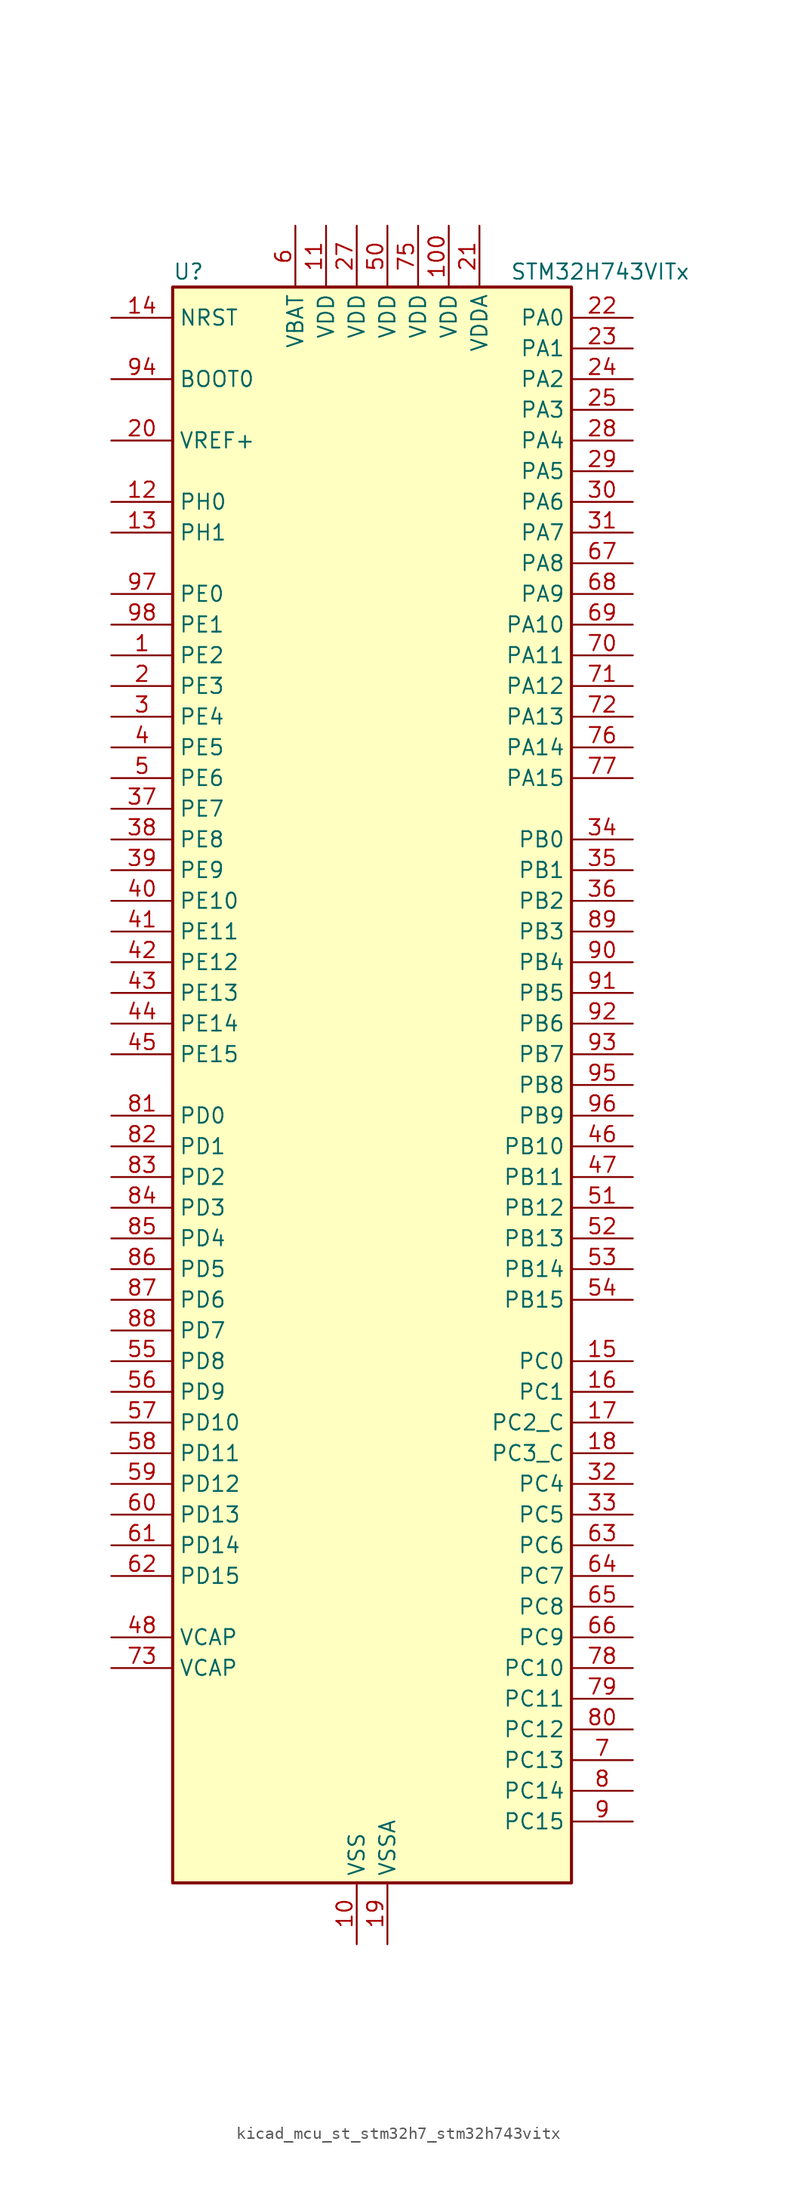
<source format=kicad_sym>
(kicad_symbol_lib
  (version 20220914)
  (generator kicad_symbol_editor)
  (symbol "kicad_mcu_st_stm32h7_stm32h743vitx"
    (property "Reference" "U"
      (at -15.24 67.31 0)
      (effects (font (size 1.27 1.27)) (justify left)))
    (property "Value" "STM32H743VITx"
      (at 12.7 67.31 0)
      (effects (font (size 1.27 1.27)) (justify left)))
    (property "ki_locked" ""
      (at 0 0 0)
      (effects (font (size 1.27 1.27))))
    (symbol "kicad_mcu_st_stm32h7_stm32h743vitx_0_1"
      (rectangle (start -15.24 -66.04) (end 17.78 66.04) (stroke (width 0.254) (type default)) (fill (type background))))
    (symbol "kicad_mcu_st_stm32h7_stm32h743vitx_1_1"
      (pin bidirectional line (at -20.32 35.56 0) (length 5.08) (name "PE2" (effects (font (size 1.27 1.27)))) (number "1" (effects (font (size 1.27 1.27)))) (alternate "DEBUG_TRACECLK" bidirectional line) (alternate "ETH_TXD3" bidirectional line) (alternate "FMC_A23" bidirectional line) (alternate "QUADSPI_BK1_IO2" bidirectional line) (alternate "SAI1_CK1" bidirectional line) (alternate "SAI1_MCLK_A" bidirectional line) (alternate "SAI4_CK1" bidirectional line) (alternate "SAI4_MCLK_A" bidirectional line) (alternate "SPI4_SCK" bidirectional line))
      (pin power_in line (at 0 -71.12 90) (length 5.08) (name "VSS" (effects (font (size 1.27 1.27)))) (number "10" (effects (font (size 1.27 1.27)))))
      (pin power_in line (at 7.62 71.12 270) (length 5.08) (name "VDD" (effects (font (size 1.27 1.27)))) (number "100" (effects (font (size 1.27 1.27)))))
      (pin power_in line (at -2.54 71.12 270) (length 5.08) (name "VDD" (effects (font (size 1.27 1.27)))) (number "11" (effects (font (size 1.27 1.27)))))
      (pin bidirectional line (at -20.32 48.26 0) (length 5.08) (name "PH0" (effects (font (size 1.27 1.27)))) (number "12" (effects (font (size 1.27 1.27)))) (alternate "RCC_OSC_IN" bidirectional line))
      (pin bidirectional line (at -20.32 45.72 0) (length 5.08) (name "PH1" (effects (font (size 1.27 1.27)))) (number "13" (effects (font (size 1.27 1.27)))) (alternate "RCC_OSC_OUT" bidirectional line))
      (pin input line (at -20.32 63.5 0) (length 5.08) (name "NRST" (effects (font (size 1.27 1.27)))) (number "14" (effects (font (size 1.27 1.27)))))
      (pin bidirectional line (at 22.86 -22.86 180) (length 5.08) (name "PC0" (effects (font (size 1.27 1.27)))) (number "15" (effects (font (size 1.27 1.27)))) (alternate "ADC1_INP10" bidirectional line) (alternate "ADC2_INP10" bidirectional line) (alternate "ADC3_INP10" bidirectional line) (alternate "DFSDM1_CKIN0" bidirectional line) (alternate "DFSDM1_DATIN4" bidirectional line) (alternate "FMC_SDNWE" bidirectional line) (alternate "LTDC_R5" bidirectional line) (alternate "SAI2_FS_B" bidirectional line) (alternate "USB_OTG_HS_ULPI_STP" bidirectional line))
      (pin bidirectional line (at 22.86 -25.4 180) (length 5.08) (name "PC1" (effects (font (size 1.27 1.27)))) (number "16" (effects (font (size 1.27 1.27)))) (alternate "ADC1_INN10" bidirectional line) (alternate "ADC1_INP11" bidirectional line) (alternate "ADC2_INN10" bidirectional line) (alternate "ADC2_INP11" bidirectional line) (alternate "ADC3_INN10" bidirectional line) (alternate "ADC3_INP11" bidirectional line) (alternate "DEBUG_TRACED0" bidirectional line) (alternate "DFSDM1_CKIN4" bidirectional line) (alternate "DFSDM1_DATIN0" bidirectional line) (alternate "ETH_MDC" bidirectional line) (alternate "I2S2_SDO" bidirectional line) (alternate "MDIOS_MDC" bidirectional line) (alternate "PWR_WKUP5" bidirectional line) (alternate "RTC_TAMP3" bidirectional line) (alternate "SAI1_D1" bidirectional line) (alternate "SAI1_SD_A" bidirectional line) (alternate "SAI4_D1" bidirectional line) (alternate "SAI4_SD_A" bidirectional line) (alternate "SDMMC2_CK" bidirectional line) (alternate "SPI2_MOSI" bidirectional line))
      (pin bidirectional line (at 22.86 -27.94 180) (length 5.08) (name "PC2_C" (effects (font (size 1.27 1.27)))) (number "17" (effects (font (size 1.27 1.27)))) (alternate "ADC3_INN1" bidirectional line) (alternate "ADC3_INP0" bidirectional line) (alternate "DFSDM1_CKIN1" bidirectional line) (alternate "DFSDM1_CKOUT" bidirectional line) (alternate "ETH_TXD2" bidirectional line) (alternate "FMC_SDNE0" bidirectional line) (alternate "I2S2_SDI" bidirectional line) (alternate "PWR_CSTOP" bidirectional line) (alternate "SPI2_MISO" bidirectional line) (alternate "USB_OTG_HS_ULPI_DIR" bidirectional line))
      (pin bidirectional line (at 22.86 -30.48 180) (length 5.08) (name "PC3_C" (effects (font (size 1.27 1.27)))) (number "18" (effects (font (size 1.27 1.27)))) (alternate "ADC3_INP1" bidirectional line) (alternate "DFSDM1_DATIN1" bidirectional line) (alternate "ETH_TX_CLK" bidirectional line) (alternate "FMC_SDCKE0" bidirectional line) (alternate "I2S2_SDO" bidirectional line) (alternate "PWR_CSLEEP" bidirectional line) (alternate "SPI2_MOSI" bidirectional line) (alternate "USB_OTG_HS_ULPI_NXT" bidirectional line))
      (pin power_in line (at 2.54 -71.12 90) (length 5.08) (name "VSSA" (effects (font (size 1.27 1.27)))) (number "19" (effects (font (size 1.27 1.27)))))
      (pin bidirectional line (at -20.32 33.02 0) (length 5.08) (name "PE3" (effects (font (size 1.27 1.27)))) (number "2" (effects (font (size 1.27 1.27)))) (alternate "DEBUG_TRACED0" bidirectional line) (alternate "FMC_A19" bidirectional line) (alternate "SAI1_SD_B" bidirectional line) (alternate "SAI4_SD_B" bidirectional line) (alternate "TIM15_BKIN" bidirectional line))
      (pin input line (at -20.32 53.34 0) (length 5.08) (name "VREF+" (effects (font (size 1.27 1.27)))) (number "20" (effects (font (size 1.27 1.27)))) (alternate "VREFBUF_OUT" bidirectional line))
      (pin power_in line (at 10.16 71.12 270) (length 5.08) (name "VDDA" (effects (font (size 1.27 1.27)))) (number "21" (effects (font (size 1.27 1.27)))))
      (pin bidirectional line (at 22.86 63.5 180) (length 5.08) (name "PA0" (effects (font (size 1.27 1.27)))) (number "22" (effects (font (size 1.27 1.27)))) (alternate "ADC1_INP16" bidirectional line) (alternate "ETH_CRS" bidirectional line) (alternate "PWR_WKUP0" bidirectional line) (alternate "SAI2_SD_B" bidirectional line) (alternate "SDMMC2_CMD" bidirectional line) (alternate "TIM15_BKIN" bidirectional line) (alternate "TIM2_CH1" bidirectional line) (alternate "TIM2_ETR" bidirectional line) (alternate "TIM5_CH1" bidirectional line) (alternate "TIM8_ETR" bidirectional line) (alternate "UART4_TX" bidirectional line) (alternate "USART2_CTS" bidirectional line) (alternate "USART2_NSS" bidirectional line))
      (pin bidirectional line (at 22.86 60.96 180) (length 5.08) (name "PA1" (effects (font (size 1.27 1.27)))) (number "23" (effects (font (size 1.27 1.27)))) (alternate "ADC1_INN16" bidirectional line) (alternate "ADC1_INP17" bidirectional line) (alternate "ETH_REF_CLK" bidirectional line) (alternate "ETH_RX_CLK" bidirectional line) (alternate "LPTIM3_OUT" bidirectional line) (alternate "LTDC_R2" bidirectional line) (alternate "QUADSPI_BK1_IO3" bidirectional line) (alternate "SAI2_MCLK_B" bidirectional line) (alternate "TIM15_CH1N" bidirectional line) (alternate "TIM2_CH2" bidirectional line) (alternate "TIM5_CH2" bidirectional line) (alternate "UART4_RX" bidirectional line) (alternate "USART2_DE" bidirectional line) (alternate "USART2_RTS" bidirectional line))
      (pin bidirectional line (at 22.86 58.42 180) (length 5.08) (name "PA2" (effects (font (size 1.27 1.27)))) (number "24" (effects (font (size 1.27 1.27)))) (alternate "ADC1_INP14" bidirectional line) (alternate "ADC2_INP14" bidirectional line) (alternate "ETH_MDIO" bidirectional line) (alternate "LPTIM4_OUT" bidirectional line) (alternate "LTDC_R1" bidirectional line) (alternate "MDIOS_MDIO" bidirectional line) (alternate "PWR_WKUP1" bidirectional line) (alternate "SAI2_SCK_B" bidirectional line) (alternate "TIM15_CH1" bidirectional line) (alternate "TIM2_CH3" bidirectional line) (alternate "TIM5_CH3" bidirectional line) (alternate "USART2_TX" bidirectional line))
      (pin bidirectional line (at 22.86 55.88 180) (length 5.08) (name "PA3" (effects (font (size 1.27 1.27)))) (number "25" (effects (font (size 1.27 1.27)))) (alternate "ADC1_INP15" bidirectional line) (alternate "ADC2_INP15" bidirectional line) (alternate "ETH_COL" bidirectional line) (alternate "LPTIM5_OUT" bidirectional line) (alternate "LTDC_B2" bidirectional line) (alternate "LTDC_B5" bidirectional line) (alternate "TIM15_CH2" bidirectional line) (alternate "TIM2_CH4" bidirectional line) (alternate "TIM5_CH4" bidirectional line) (alternate "USART2_RX" bidirectional line) (alternate "USB_OTG_HS_ULPI_D0" bidirectional line))
      (pin passive line (at 0 -71.12 90) (length 5.08) hide (name "VSS" (effects (font (size 1.27 1.27)))) (number "26" (effects (font (size 1.27 1.27)))))
      (pin power_in line (at 0 71.12 270) (length 5.08) (name "VDD" (effects (font (size 1.27 1.27)))) (number "27" (effects (font (size 1.27 1.27)))))
      (pin bidirectional line (at 22.86 53.34 180) (length 5.08) (name "PA4" (effects (font (size 1.27 1.27)))) (number "28" (effects (font (size 1.27 1.27)))) (alternate "ADC1_INP18" bidirectional line) (alternate "ADC2_INP18" bidirectional line) (alternate "DAC1_OUT1" bidirectional line) (alternate "DCMI_HSYNC" bidirectional line) (alternate "I2S1_WS" bidirectional line) (alternate "I2S3_WS" bidirectional line) (alternate "LTDC_VSYNC" bidirectional line) (alternate "SPI1_NSS" bidirectional line) (alternate "SPI3_NSS" bidirectional line) (alternate "SPI6_NSS" bidirectional line) (alternate "TIM5_ETR" bidirectional line) (alternate "USART2_CK" bidirectional line) (alternate "USB_OTG_HS_SOF" bidirectional line))
      (pin bidirectional line (at 22.86 50.8 180) (length 5.08) (name "PA5" (effects (font (size 1.27 1.27)))) (number "29" (effects (font (size 1.27 1.27)))) (alternate "ADC1_INN18" bidirectional line) (alternate "ADC1_INP19" bidirectional line) (alternate "ADC2_INN18" bidirectional line) (alternate "ADC2_INP19" bidirectional line) (alternate "DAC1_OUT2" bidirectional line) (alternate "I2S1_CK" bidirectional line) (alternate "LTDC_R4" bidirectional line) (alternate "PWR_NDSTOP2" bidirectional line) (alternate "SPI1_SCK" bidirectional line) (alternate "SPI6_SCK" bidirectional line) (alternate "TIM2_CH1" bidirectional line) (alternate "TIM2_ETR" bidirectional line) (alternate "TIM8_CH1N" bidirectional line) (alternate "USB_OTG_HS_ULPI_CK" bidirectional line))
      (pin bidirectional line (at -20.32 30.48 0) (length 5.08) (name "PE4" (effects (font (size 1.27 1.27)))) (number "3" (effects (font (size 1.27 1.27)))) (alternate "DCMI_D4" bidirectional line) (alternate "DEBUG_TRACED1" bidirectional line) (alternate "DFSDM1_DATIN3" bidirectional line) (alternate "FMC_A20" bidirectional line) (alternate "LTDC_B0" bidirectional line) (alternate "SAI1_D2" bidirectional line) (alternate "SAI1_FS_A" bidirectional line) (alternate "SAI4_D2" bidirectional line) (alternate "SAI4_FS_A" bidirectional line) (alternate "SPI4_NSS" bidirectional line) (alternate "TIM15_CH1N" bidirectional line))
      (pin bidirectional line (at 22.86 48.26 180) (length 5.08) (name "PA6" (effects (font (size 1.27 1.27)))) (number "30" (effects (font (size 1.27 1.27)))) (alternate "ADC1_INP3" bidirectional line) (alternate "ADC2_INP3" bidirectional line) (alternate "DCMI_PIXCLK" bidirectional line) (alternate "I2S1_SDI" bidirectional line) (alternate "LTDC_G2" bidirectional line) (alternate "MDIOS_MDC" bidirectional line) (alternate "SPI1_MISO" bidirectional line) (alternate "SPI6_MISO" bidirectional line) (alternate "TIM13_CH1" bidirectional line) (alternate "TIM1_BKIN" bidirectional line) (alternate "TIM1_BKIN_COMP1" bidirectional line) (alternate "TIM1_BKIN_COMP2" bidirectional line) (alternate "TIM3_CH1" bidirectional line) (alternate "TIM8_BKIN" bidirectional line) (alternate "TIM8_BKIN_COMP1" bidirectional line) (alternate "TIM8_BKIN_COMP2" bidirectional line))
      (pin bidirectional line (at 22.86 45.72 180) (length 5.08) (name "PA7" (effects (font (size 1.27 1.27)))) (number "31" (effects (font (size 1.27 1.27)))) (alternate "ADC1_INN3" bidirectional line) (alternate "ADC1_INP7" bidirectional line) (alternate "ADC2_INN3" bidirectional line) (alternate "ADC2_INP7" bidirectional line) (alternate "ETH_CRS_DV" bidirectional line) (alternate "ETH_RX_DV" bidirectional line) (alternate "FMC_SDNWE" bidirectional line) (alternate "I2S1_SDO" bidirectional line) (alternate "OPAMP1_VINM" bidirectional line) (alternate "OPAMP1_VINM1" bidirectional line) (alternate "SPI1_MOSI" bidirectional line) (alternate "SPI6_MOSI" bidirectional line) (alternate "TIM14_CH1" bidirectional line) (alternate "TIM1_CH1N" bidirectional line) (alternate "TIM3_CH2" bidirectional line) (alternate "TIM8_CH1N" bidirectional line))
      (pin bidirectional line (at 22.86 -33.02 180) (length 5.08) (name "PC4" (effects (font (size 1.27 1.27)))) (number "32" (effects (font (size 1.27 1.27)))) (alternate "ADC1_INP4" bidirectional line) (alternate "ADC2_INP4" bidirectional line) (alternate "COMP1_INM" bidirectional line) (alternate "DFSDM1_CKIN2" bidirectional line) (alternate "ETH_RXD0" bidirectional line) (alternate "FMC_SDNE0" bidirectional line) (alternate "I2S1_MCK" bidirectional line) (alternate "OPAMP1_VOUT" bidirectional line) (alternate "SPDIFRX1_IN2" bidirectional line))
      (pin bidirectional line (at 22.86 -35.56 180) (length 5.08) (name "PC5" (effects (font (size 1.27 1.27)))) (number "33" (effects (font (size 1.27 1.27)))) (alternate "ADC1_INN4" bidirectional line) (alternate "ADC1_INP8" bidirectional line) (alternate "ADC2_INN4" bidirectional line) (alternate "ADC2_INP8" bidirectional line) (alternate "COMP1_OUT" bidirectional line) (alternate "DFSDM1_DATIN2" bidirectional line) (alternate "ETH_RXD1" bidirectional line) (alternate "FMC_SDCKE0" bidirectional line) (alternate "OPAMP1_VINM" bidirectional line) (alternate "OPAMP1_VINM0" bidirectional line) (alternate "SAI1_D3" bidirectional line) (alternate "SAI4_D3" bidirectional line) (alternate "SPDIFRX1_IN3" bidirectional line))
      (pin bidirectional line (at 22.86 20.32 180) (length 5.08) (name "PB0" (effects (font (size 1.27 1.27)))) (number "34" (effects (font (size 1.27 1.27)))) (alternate "ADC1_INN5" bidirectional line) (alternate "ADC1_INP9" bidirectional line) (alternate "ADC2_INN5" bidirectional line) (alternate "ADC2_INP9" bidirectional line) (alternate "COMP1_INP" bidirectional line) (alternate "DFSDM1_CKOUT" bidirectional line) (alternate "ETH_RXD2" bidirectional line) (alternate "LTDC_G1" bidirectional line) (alternate "LTDC_R3" bidirectional line) (alternate "OPAMP1_VINP" bidirectional line) (alternate "TIM1_CH2N" bidirectional line) (alternate "TIM3_CH3" bidirectional line) (alternate "TIM8_CH2N" bidirectional line) (alternate "UART4_CTS" bidirectional line) (alternate "USB_OTG_HS_ULPI_D1" bidirectional line))
      (pin bidirectional line (at 22.86 17.78 180) (length 5.08) (name "PB1" (effects (font (size 1.27 1.27)))) (number "35" (effects (font (size 1.27 1.27)))) (alternate "ADC1_INP5" bidirectional line) (alternate "ADC2_INP5" bidirectional line) (alternate "COMP1_INM" bidirectional line) (alternate "DFSDM1_DATIN1" bidirectional line) (alternate "ETH_RXD3" bidirectional line) (alternate "LTDC_G0" bidirectional line) (alternate "LTDC_R6" bidirectional line) (alternate "TIM1_CH3N" bidirectional line) (alternate "TIM3_CH4" bidirectional line) (alternate "TIM8_CH3N" bidirectional line) (alternate "USB_OTG_HS_ULPI_D2" bidirectional line))
      (pin bidirectional line (at 22.86 15.24 180) (length 5.08) (name "PB2" (effects (font (size 1.27 1.27)))) (number "36" (effects (font (size 1.27 1.27)))) (alternate "COMP1_INP" bidirectional line) (alternate "DFSDM1_CKIN1" bidirectional line) (alternate "I2S3_SDO" bidirectional line) (alternate "QUADSPI_CLK" bidirectional line) (alternate "RTC_OUT_ALARM" bidirectional line) (alternate "RTC_OUT_CALIB" bidirectional line) (alternate "SAI1_D1" bidirectional line) (alternate "SAI1_SD_A" bidirectional line) (alternate "SAI4_D1" bidirectional line) (alternate "SAI4_SD_A" bidirectional line) (alternate "SPI3_MOSI" bidirectional line))
      (pin bidirectional line (at -20.32 22.86 0) (length 5.08) (name "PE7" (effects (font (size 1.27 1.27)))) (number "37" (effects (font (size 1.27 1.27)))) (alternate "COMP2_INM" bidirectional line) (alternate "DFSDM1_DATIN2" bidirectional line) (alternate "FMC_D4" bidirectional line) (alternate "FMC_DA4" bidirectional line) (alternate "OPAMP2_VOUT" bidirectional line) (alternate "QUADSPI_BK2_IO0" bidirectional line) (alternate "TIM1_ETR" bidirectional line) (alternate "UART7_RX" bidirectional line))
      (pin bidirectional line (at -20.32 20.32 0) (length 5.08) (name "PE8" (effects (font (size 1.27 1.27)))) (number "38" (effects (font (size 1.27 1.27)))) (alternate "COMP2_OUT" bidirectional line) (alternate "DFSDM1_CKIN2" bidirectional line) (alternate "FMC_D5" bidirectional line) (alternate "FMC_DA5" bidirectional line) (alternate "OPAMP2_VINM" bidirectional line) (alternate "OPAMP2_VINM0" bidirectional line) (alternate "QUADSPI_BK2_IO1" bidirectional line) (alternate "TIM1_CH1N" bidirectional line) (alternate "UART7_TX" bidirectional line))
      (pin bidirectional line (at -20.32 17.78 0) (length 5.08) (name "PE9" (effects (font (size 1.27 1.27)))) (number "39" (effects (font (size 1.27 1.27)))) (alternate "COMP2_INP" bidirectional line) (alternate "DAC1_EXTI9" bidirectional line) (alternate "DFSDM1_CKOUT" bidirectional line) (alternate "FMC_D6" bidirectional line) (alternate "FMC_DA6" bidirectional line) (alternate "OPAMP2_VINP" bidirectional line) (alternate "QUADSPI_BK2_IO2" bidirectional line) (alternate "TIM1_CH1" bidirectional line) (alternate "UART7_DE" bidirectional line) (alternate "UART7_RTS" bidirectional line))
      (pin bidirectional line (at -20.32 27.94 0) (length 5.08) (name "PE5" (effects (font (size 1.27 1.27)))) (number "4" (effects (font (size 1.27 1.27)))) (alternate "DCMI_D6" bidirectional line) (alternate "DEBUG_TRACED2" bidirectional line) (alternate "DFSDM1_CKIN3" bidirectional line) (alternate "FMC_A21" bidirectional line) (alternate "LTDC_G0" bidirectional line) (alternate "SAI1_CK2" bidirectional line) (alternate "SAI1_SCK_A" bidirectional line) (alternate "SAI4_CK2" bidirectional line) (alternate "SAI4_SCK_A" bidirectional line) (alternate "SPI4_MISO" bidirectional line) (alternate "TIM15_CH1" bidirectional line))
      (pin bidirectional line (at -20.32 15.24 0) (length 5.08) (name "PE10" (effects (font (size 1.27 1.27)))) (number "40" (effects (font (size 1.27 1.27)))) (alternate "COMP2_INM" bidirectional line) (alternate "DFSDM1_DATIN4" bidirectional line) (alternate "FMC_D7" bidirectional line) (alternate "FMC_DA7" bidirectional line) (alternate "QUADSPI_BK2_IO3" bidirectional line) (alternate "TIM1_CH2N" bidirectional line) (alternate "UART7_CTS" bidirectional line))
      (pin bidirectional line (at -20.32 12.7 0) (length 5.08) (name "PE11" (effects (font (size 1.27 1.27)))) (number "41" (effects (font (size 1.27 1.27)))) (alternate "ADC1_EXTI11" bidirectional line) (alternate "ADC2_EXTI11" bidirectional line) (alternate "ADC3_EXTI11" bidirectional line) (alternate "COMP2_INP" bidirectional line) (alternate "DFSDM1_CKIN4" bidirectional line) (alternate "FMC_D8" bidirectional line) (alternate "FMC_DA8" bidirectional line) (alternate "LTDC_G3" bidirectional line) (alternate "SAI2_SD_B" bidirectional line) (alternate "SPI4_NSS" bidirectional line) (alternate "TIM1_CH2" bidirectional line))
      (pin bidirectional line (at -20.32 10.16 0) (length 5.08) (name "PE12" (effects (font (size 1.27 1.27)))) (number "42" (effects (font (size 1.27 1.27)))) (alternate "COMP1_OUT" bidirectional line) (alternate "DFSDM1_DATIN5" bidirectional line) (alternate "FMC_D9" bidirectional line) (alternate "FMC_DA9" bidirectional line) (alternate "LTDC_B4" bidirectional line) (alternate "SAI2_SCK_B" bidirectional line) (alternate "SPI4_SCK" bidirectional line) (alternate "TIM1_CH3N" bidirectional line))
      (pin bidirectional line (at -20.32 7.62 0) (length 5.08) (name "PE13" (effects (font (size 1.27 1.27)))) (number "43" (effects (font (size 1.27 1.27)))) (alternate "COMP2_OUT" bidirectional line) (alternate "DFSDM1_CKIN5" bidirectional line) (alternate "FMC_D10" bidirectional line) (alternate "FMC_DA10" bidirectional line) (alternate "LTDC_DE" bidirectional line) (alternate "SAI2_FS_B" bidirectional line) (alternate "SPI4_MISO" bidirectional line) (alternate "TIM1_CH3" bidirectional line))
      (pin bidirectional line (at -20.32 5.08 0) (length 5.08) (name "PE14" (effects (font (size 1.27 1.27)))) (number "44" (effects (font (size 1.27 1.27)))) (alternate "FMC_D11" bidirectional line) (alternate "FMC_DA11" bidirectional line) (alternate "LTDC_CLK" bidirectional line) (alternate "SAI2_MCLK_B" bidirectional line) (alternate "SPI4_MOSI" bidirectional line) (alternate "TIM1_CH4" bidirectional line))
      (pin bidirectional line (at -20.32 2.54 0) (length 5.08) (name "PE15" (effects (font (size 1.27 1.27)))) (number "45" (effects (font (size 1.27 1.27)))) (alternate "ADC1_EXTI15" bidirectional line) (alternate "ADC2_EXTI15" bidirectional line) (alternate "ADC3_EXTI15" bidirectional line) (alternate "FMC_D12" bidirectional line) (alternate "FMC_DA12" bidirectional line) (alternate "LTDC_R7" bidirectional line) (alternate "TIM1_BKIN" bidirectional line) (alternate "TIM1_BKIN_COMP1" bidirectional line) (alternate "TIM1_BKIN_COMP2" bidirectional line))
      (pin bidirectional line (at 22.86 -5.08 180) (length 5.08) (name "PB10" (effects (font (size 1.27 1.27)))) (number "46" (effects (font (size 1.27 1.27)))) (alternate "DFSDM1_DATIN7" bidirectional line) (alternate "ETH_RX_ER" bidirectional line) (alternate "HRTIM_SCOUT" bidirectional line) (alternate "I2C2_SCL" bidirectional line) (alternate "I2S2_CK" bidirectional line) (alternate "LPTIM2_IN1" bidirectional line) (alternate "LTDC_G4" bidirectional line) (alternate "QUADSPI_BK1_NCS" bidirectional line) (alternate "SPI2_SCK" bidirectional line) (alternate "TIM2_CH3" bidirectional line) (alternate "USART3_TX" bidirectional line) (alternate "USB_OTG_HS_ULPI_D3" bidirectional line))
      (pin bidirectional line (at 22.86 -7.62 180) (length 5.08) (name "PB11" (effects (font (size 1.27 1.27)))) (number "47" (effects (font (size 1.27 1.27)))) (alternate "ADC1_EXTI11" bidirectional line) (alternate "ADC2_EXTI11" bidirectional line) (alternate "ADC3_EXTI11" bidirectional line) (alternate "DFSDM1_CKIN7" bidirectional line) (alternate "ETH_TX_EN" bidirectional line) (alternate "HRTIM_SCIN" bidirectional line) (alternate "I2C2_SDA" bidirectional line) (alternate "LPTIM2_ETR" bidirectional line) (alternate "LTDC_G5" bidirectional line) (alternate "TIM2_CH4" bidirectional line) (alternate "USART3_RX" bidirectional line) (alternate "USB_OTG_HS_ULPI_D4" bidirectional line))
      (pin power_out line (at -20.32 -45.72 0) (length 5.08) (name "VCAP" (effects (font (size 1.27 1.27)))) (number "48" (effects (font (size 1.27 1.27)))))
      (pin passive line (at 0 -71.12 90) (length 5.08) hide (name "VSS" (effects (font (size 1.27 1.27)))) (number "49" (effects (font (size 1.27 1.27)))))
      (pin bidirectional line (at -20.32 25.4 0) (length 5.08) (name "PE6" (effects (font (size 1.27 1.27)))) (number "5" (effects (font (size 1.27 1.27)))) (alternate "DCMI_D7" bidirectional line) (alternate "DEBUG_TRACED3" bidirectional line) (alternate "FMC_A22" bidirectional line) (alternate "LTDC_G1" bidirectional line) (alternate "SAI1_D1" bidirectional line) (alternate "SAI1_SD_A" bidirectional line) (alternate "SAI2_MCLK_B" bidirectional line) (alternate "SAI4_D1" bidirectional line) (alternate "SAI4_SD_A" bidirectional line) (alternate "SPI4_MOSI" bidirectional line) (alternate "TIM15_CH2" bidirectional line) (alternate "TIM1_BKIN2" bidirectional line) (alternate "TIM1_BKIN2_COMP1" bidirectional line) (alternate "TIM1_BKIN2_COMP2" bidirectional line))
      (pin power_in line (at 2.54 71.12 270) (length 5.08) (name "VDD" (effects (font (size 1.27 1.27)))) (number "50" (effects (font (size 1.27 1.27)))))
      (pin bidirectional line (at 22.86 -10.16 180) (length 5.08) (name "PB12" (effects (font (size 1.27 1.27)))) (number "51" (effects (font (size 1.27 1.27)))) (alternate "DFSDM1_DATIN1" bidirectional line) (alternate "ETH_TXD0" bidirectional line) (alternate "FDCAN2_RX" bidirectional line) (alternate "I2C2_SMBA" bidirectional line) (alternate "I2S2_WS" bidirectional line) (alternate "SPI2_NSS" bidirectional line) (alternate "TIM1_BKIN" bidirectional line) (alternate "TIM1_BKIN_COMP1" bidirectional line) (alternate "TIM1_BKIN_COMP2" bidirectional line) (alternate "UART5_RX" bidirectional line) (alternate "USART3_CK" bidirectional line) (alternate "USB_OTG_HS_ID" bidirectional line) (alternate "USB_OTG_HS_ULPI_D5" bidirectional line))
      (pin bidirectional line (at 22.86 -12.7 180) (length 5.08) (name "PB13" (effects (font (size 1.27 1.27)))) (number "52" (effects (font (size 1.27 1.27)))) (alternate "DFSDM1_CKIN1" bidirectional line) (alternate "ETH_TXD1" bidirectional line) (alternate "FDCAN2_TX" bidirectional line) (alternate "I2S2_CK" bidirectional line) (alternate "LPTIM2_OUT" bidirectional line) (alternate "SPI2_SCK" bidirectional line) (alternate "TIM1_CH1N" bidirectional line) (alternate "UART5_TX" bidirectional line) (alternate "USART3_CTS" bidirectional line) (alternate "USART3_NSS" bidirectional line) (alternate "USB_OTG_HS_ULPI_D6" bidirectional line) (alternate "USB_OTG_HS_VBUS" bidirectional line))
      (pin bidirectional line (at 22.86 -15.24 180) (length 5.08) (name "PB14" (effects (font (size 1.27 1.27)))) (number "53" (effects (font (size 1.27 1.27)))) (alternate "DFSDM1_DATIN2" bidirectional line) (alternate "I2S2_SDI" bidirectional line) (alternate "SDMMC2_D0" bidirectional line) (alternate "SPI2_MISO" bidirectional line) (alternate "TIM12_CH1" bidirectional line) (alternate "TIM1_CH2N" bidirectional line) (alternate "TIM8_CH2N" bidirectional line) (alternate "UART4_DE" bidirectional line) (alternate "UART4_RTS" bidirectional line) (alternate "USART1_TX" bidirectional line) (alternate "USART3_DE" bidirectional line) (alternate "USART3_RTS" bidirectional line) (alternate "USB_OTG_HS_DM" bidirectional line))
      (pin bidirectional line (at 22.86 -17.78 180) (length 5.08) (name "PB15" (effects (font (size 1.27 1.27)))) (number "54" (effects (font (size 1.27 1.27)))) (alternate "ADC1_EXTI15" bidirectional line) (alternate "ADC2_EXTI15" bidirectional line) (alternate "ADC3_EXTI15" bidirectional line) (alternate "DFSDM1_CKIN2" bidirectional line) (alternate "I2S2_SDO" bidirectional line) (alternate "RTC_REFIN" bidirectional line) (alternate "SDMMC2_D1" bidirectional line) (alternate "SPI2_MOSI" bidirectional line) (alternate "TIM12_CH2" bidirectional line) (alternate "TIM1_CH3N" bidirectional line) (alternate "TIM8_CH3N" bidirectional line) (alternate "UART4_CTS" bidirectional line) (alternate "USART1_RX" bidirectional line) (alternate "USB_OTG_HS_DP" bidirectional line))
      (pin bidirectional line (at -20.32 -22.86 0) (length 5.08) (name "PD8" (effects (font (size 1.27 1.27)))) (number "55" (effects (font (size 1.27 1.27)))) (alternate "DFSDM1_CKIN3" bidirectional line) (alternate "FMC_D13" bidirectional line) (alternate "FMC_DA13" bidirectional line) (alternate "SAI3_SCK_B" bidirectional line) (alternate "SPDIFRX1_IN1" bidirectional line) (alternate "USART3_TX" bidirectional line))
      (pin bidirectional line (at -20.32 -25.4 0) (length 5.08) (name "PD9" (effects (font (size 1.27 1.27)))) (number "56" (effects (font (size 1.27 1.27)))) (alternate "DAC1_EXTI9" bidirectional line) (alternate "DFSDM1_DATIN3" bidirectional line) (alternate "FMC_D14" bidirectional line) (alternate "FMC_DA14" bidirectional line) (alternate "SAI3_SD_B" bidirectional line) (alternate "USART3_RX" bidirectional line))
      (pin bidirectional line (at -20.32 -27.94 0) (length 5.08) (name "PD10" (effects (font (size 1.27 1.27)))) (number "57" (effects (font (size 1.27 1.27)))) (alternate "DFSDM1_CKOUT" bidirectional line) (alternate "FMC_D15" bidirectional line) (alternate "FMC_DA15" bidirectional line) (alternate "LTDC_B3" bidirectional line) (alternate "SAI3_FS_B" bidirectional line) (alternate "USART3_CK" bidirectional line))
      (pin bidirectional line (at -20.32 -30.48 0) (length 5.08) (name "PD11" (effects (font (size 1.27 1.27)))) (number "58" (effects (font (size 1.27 1.27)))) (alternate "ADC1_EXTI11" bidirectional line) (alternate "ADC2_EXTI11" bidirectional line) (alternate "ADC3_EXTI11" bidirectional line) (alternate "FMC_A16" bidirectional line) (alternate "FMC_CLE" bidirectional line) (alternate "I2C4_SMBA" bidirectional line) (alternate "LPTIM2_IN2" bidirectional line) (alternate "QUADSPI_BK1_IO0" bidirectional line) (alternate "SAI2_SD_A" bidirectional line) (alternate "USART3_CTS" bidirectional line) (alternate "USART3_NSS" bidirectional line))
      (pin bidirectional line (at -20.32 -33.02 0) (length 5.08) (name "PD12" (effects (font (size 1.27 1.27)))) (number "59" (effects (font (size 1.27 1.27)))) (alternate "FMC_A17" bidirectional line) (alternate "FMC_ALE" bidirectional line) (alternate "I2C4_SCL" bidirectional line) (alternate "LPTIM1_IN1" bidirectional line) (alternate "LPTIM2_IN1" bidirectional line) (alternate "QUADSPI_BK1_IO1" bidirectional line) (alternate "SAI2_FS_A" bidirectional line) (alternate "TIM4_CH1" bidirectional line) (alternate "USART3_DE" bidirectional line) (alternate "USART3_RTS" bidirectional line))
      (pin power_in line (at -5.08 71.12 270) (length 5.08) (name "VBAT" (effects (font (size 1.27 1.27)))) (number "6" (effects (font (size 1.27 1.27)))))
      (pin bidirectional line (at -20.32 -35.56 0) (length 5.08) (name "PD13" (effects (font (size 1.27 1.27)))) (number "60" (effects (font (size 1.27 1.27)))) (alternate "FMC_A18" bidirectional line) (alternate "I2C4_SDA" bidirectional line) (alternate "LPTIM1_OUT" bidirectional line) (alternate "QUADSPI_BK1_IO3" bidirectional line) (alternate "SAI2_SCK_A" bidirectional line) (alternate "TIM4_CH2" bidirectional line))
      (pin bidirectional line (at -20.32 -38.1 0) (length 5.08) (name "PD14" (effects (font (size 1.27 1.27)))) (number "61" (effects (font (size 1.27 1.27)))) (alternate "FMC_D0" bidirectional line) (alternate "FMC_DA0" bidirectional line) (alternate "SAI3_MCLK_B" bidirectional line) (alternate "TIM4_CH3" bidirectional line) (alternate "UART8_CTS" bidirectional line))
      (pin bidirectional line (at -20.32 -40.64 0) (length 5.08) (name "PD15" (effects (font (size 1.27 1.27)))) (number "62" (effects (font (size 1.27 1.27)))) (alternate "ADC1_EXTI15" bidirectional line) (alternate "ADC2_EXTI15" bidirectional line) (alternate "ADC3_EXTI15" bidirectional line) (alternate "FMC_D1" bidirectional line) (alternate "FMC_DA1" bidirectional line) (alternate "SAI3_MCLK_A" bidirectional line) (alternate "TIM4_CH4" bidirectional line) (alternate "UART8_DE" bidirectional line) (alternate "UART8_RTS" bidirectional line))
      (pin bidirectional line (at 22.86 -38.1 180) (length 5.08) (name "PC6" (effects (font (size 1.27 1.27)))) (number "63" (effects (font (size 1.27 1.27)))) (alternate "DCMI_D0" bidirectional line) (alternate "DFSDM1_CKIN3" bidirectional line) (alternate "FMC_NWAIT" bidirectional line) (alternate "HRTIM_CHA1" bidirectional line) (alternate "I2S2_MCK" bidirectional line) (alternate "LTDC_HSYNC" bidirectional line) (alternate "SDMMC1_D0DIR" bidirectional line) (alternate "SDMMC1_D6" bidirectional line) (alternate "SDMMC2_D6" bidirectional line) (alternate "SWPMI1_IO" bidirectional line) (alternate "TIM3_CH1" bidirectional line) (alternate "TIM8_CH1" bidirectional line) (alternate "USART6_TX" bidirectional line))
      (pin bidirectional line (at 22.86 -40.64 180) (length 5.08) (name "PC7" (effects (font (size 1.27 1.27)))) (number "64" (effects (font (size 1.27 1.27)))) (alternate "DCMI_D1" bidirectional line) (alternate "DEBUG_TRGIO" bidirectional line) (alternate "DFSDM1_DATIN3" bidirectional line) (alternate "FMC_NE1" bidirectional line) (alternate "HRTIM_CHA2" bidirectional line) (alternate "I2S3_MCK" bidirectional line) (alternate "LTDC_G6" bidirectional line) (alternate "SDMMC1_D123DIR" bidirectional line) (alternate "SDMMC1_D7" bidirectional line) (alternate "SDMMC2_D7" bidirectional line) (alternate "SWPMI1_TX" bidirectional line) (alternate "TIM3_CH2" bidirectional line) (alternate "TIM8_CH2" bidirectional line) (alternate "USART6_RX" bidirectional line))
      (pin bidirectional line (at 22.86 -43.18 180) (length 5.08) (name "PC8" (effects (font (size 1.27 1.27)))) (number "65" (effects (font (size 1.27 1.27)))) (alternate "DCMI_D2" bidirectional line) (alternate "DEBUG_TRACED1" bidirectional line) (alternate "FMC_NCE" bidirectional line) (alternate "FMC_NE2" bidirectional line) (alternate "HRTIM_CHB1" bidirectional line) (alternate "SDMMC1_D0" bidirectional line) (alternate "SWPMI1_RX" bidirectional line) (alternate "TIM3_CH3" bidirectional line) (alternate "TIM8_CH3" bidirectional line) (alternate "UART5_DE" bidirectional line) (alternate "UART5_RTS" bidirectional line) (alternate "USART6_CK" bidirectional line))
      (pin bidirectional line (at 22.86 -45.72 180) (length 5.08) (name "PC9" (effects (font (size 1.27 1.27)))) (number "66" (effects (font (size 1.27 1.27)))) (alternate "DAC1_EXTI9" bidirectional line) (alternate "DCMI_D3" bidirectional line) (alternate "I2C3_SDA" bidirectional line) (alternate "I2S_CKIN" bidirectional line) (alternate "LTDC_B2" bidirectional line) (alternate "LTDC_G3" bidirectional line) (alternate "QUADSPI_BK1_IO0" bidirectional line) (alternate "RCC_MCO_2" bidirectional line) (alternate "SDMMC1_D1" bidirectional line) (alternate "SWPMI1_SUSPEND" bidirectional line) (alternate "TIM3_CH4" bidirectional line) (alternate "TIM8_CH4" bidirectional line) (alternate "UART5_CTS" bidirectional line))
      (pin bidirectional line (at 22.86 43.18 180) (length 5.08) (name "PA8" (effects (font (size 1.27 1.27)))) (number "67" (effects (font (size 1.27 1.27)))) (alternate "HRTIM_CHB2" bidirectional line) (alternate "I2C3_SCL" bidirectional line) (alternate "LTDC_B3" bidirectional line) (alternate "LTDC_R6" bidirectional line) (alternate "RCC_MCO_1" bidirectional line) (alternate "TIM1_CH1" bidirectional line) (alternate "TIM8_BKIN2" bidirectional line) (alternate "TIM8_BKIN2_COMP1" bidirectional line) (alternate "TIM8_BKIN2_COMP2" bidirectional line) (alternate "UART7_RX" bidirectional line) (alternate "USART1_CK" bidirectional line) (alternate "USB_OTG_FS_SOF" bidirectional line))
      (pin bidirectional line (at 22.86 40.64 180) (length 5.08) (name "PA9" (effects (font (size 1.27 1.27)))) (number "68" (effects (font (size 1.27 1.27)))) (alternate "DAC1_EXTI9" bidirectional line) (alternate "DCMI_D0" bidirectional line) (alternate "HRTIM_CHC1" bidirectional line) (alternate "I2C3_SMBA" bidirectional line) (alternate "I2S2_CK" bidirectional line) (alternate "LPUART1_TX" bidirectional line) (alternate "LTDC_R5" bidirectional line) (alternate "SPI2_SCK" bidirectional line) (alternate "TIM1_CH2" bidirectional line) (alternate "USART1_TX" bidirectional line) (alternate "USB_OTG_FS_VBUS" bidirectional line))
      (pin bidirectional line (at 22.86 38.1 180) (length 5.08) (name "PA10" (effects (font (size 1.27 1.27)))) (number "69" (effects (font (size 1.27 1.27)))) (alternate "DCMI_D1" bidirectional line) (alternate "HRTIM_CHC2" bidirectional line) (alternate "LPUART1_RX" bidirectional line) (alternate "LTDC_B1" bidirectional line) (alternate "LTDC_B4" bidirectional line) (alternate "MDIOS_MDIO" bidirectional line) (alternate "TIM1_CH3" bidirectional line) (alternate "USART1_RX" bidirectional line) (alternate "USB_OTG_FS_ID" bidirectional line))
      (pin bidirectional line (at 22.86 -55.88 180) (length 5.08) (name "PC13" (effects (font (size 1.27 1.27)))) (number "7" (effects (font (size 1.27 1.27)))) (alternate "PWR_WKUP2" bidirectional line) (alternate "RTC_OUT_ALARM" bidirectional line) (alternate "RTC_OUT_CALIB" bidirectional line) (alternate "RTC_TAMP1" bidirectional line) (alternate "RTC_TS" bidirectional line))
      (pin bidirectional line (at 22.86 35.56 180) (length 5.08) (name "PA11" (effects (font (size 1.27 1.27)))) (number "70" (effects (font (size 1.27 1.27)))) (alternate "ADC1_EXTI11" bidirectional line) (alternate "ADC2_EXTI11" bidirectional line) (alternate "ADC3_EXTI11" bidirectional line) (alternate "FDCAN1_RX" bidirectional line) (alternate "HRTIM_CHD1" bidirectional line) (alternate "I2S2_WS" bidirectional line) (alternate "LPUART1_CTS" bidirectional line) (alternate "LTDC_R4" bidirectional line) (alternate "SPI2_NSS" bidirectional line) (alternate "TIM1_CH4" bidirectional line) (alternate "UART4_RX" bidirectional line) (alternate "USART1_CTS" bidirectional line) (alternate "USART1_NSS" bidirectional line) (alternate "USB_OTG_FS_DM" bidirectional line))
      (pin bidirectional line (at 22.86 33.02 180) (length 5.08) (name "PA12" (effects (font (size 1.27 1.27)))) (number "71" (effects (font (size 1.27 1.27)))) (alternate "FDCAN1_TX" bidirectional line) (alternate "HRTIM_CHD2" bidirectional line) (alternate "I2S2_CK" bidirectional line) (alternate "LPUART1_DE" bidirectional line) (alternate "LPUART1_RTS" bidirectional line) (alternate "LTDC_R5" bidirectional line) (alternate "SAI2_FS_B" bidirectional line) (alternate "SPI2_SCK" bidirectional line) (alternate "TIM1_ETR" bidirectional line) (alternate "UART4_TX" bidirectional line) (alternate "USART1_DE" bidirectional line) (alternate "USART1_RTS" bidirectional line) (alternate "USB_OTG_FS_DP" bidirectional line))
      (pin bidirectional line (at 22.86 30.48 180) (length 5.08) (name "PA13" (effects (font (size 1.27 1.27)))) (number "72" (effects (font (size 1.27 1.27)))) (alternate "DEBUG_JTMS-SWDIO" bidirectional line))
      (pin power_out line (at -20.32 -48.26 0) (length 5.08) (name "VCAP" (effects (font (size 1.27 1.27)))) (number "73" (effects (font (size 1.27 1.27)))))
      (pin passive line (at 0 -71.12 90) (length 5.08) hide (name "VSS" (effects (font (size 1.27 1.27)))) (number "74" (effects (font (size 1.27 1.27)))))
      (pin power_in line (at 5.08 71.12 270) (length 5.08) (name "VDD" (effects (font (size 1.27 1.27)))) (number "75" (effects (font (size 1.27 1.27)))))
      (pin bidirectional line (at 22.86 27.94 180) (length 5.08) (name "PA14" (effects (font (size 1.27 1.27)))) (number "76" (effects (font (size 1.27 1.27)))) (alternate "DEBUG_JTCK-SWCLK" bidirectional line))
      (pin bidirectional line (at 22.86 25.4 180) (length 5.08) (name "PA15" (effects (font (size 1.27 1.27)))) (number "77" (effects (font (size 1.27 1.27)))) (alternate "ADC1_EXTI15" bidirectional line) (alternate "ADC2_EXTI15" bidirectional line) (alternate "ADC3_EXTI15" bidirectional line) (alternate "CEC" bidirectional line) (alternate "DEBUG_JTDI" bidirectional line) (alternate "HRTIM_FLT1" bidirectional line) (alternate "I2S1_WS" bidirectional line) (alternate "I2S3_WS" bidirectional line) (alternate "SPI1_NSS" bidirectional line) (alternate "SPI3_NSS" bidirectional line) (alternate "SPI6_NSS" bidirectional line) (alternate "TIM2_CH1" bidirectional line) (alternate "TIM2_ETR" bidirectional line) (alternate "UART4_DE" bidirectional line) (alternate "UART4_RTS" bidirectional line) (alternate "UART7_TX" bidirectional line))
      (pin bidirectional line (at 22.86 -48.26 180) (length 5.08) (name "PC10" (effects (font (size 1.27 1.27)))) (number "78" (effects (font (size 1.27 1.27)))) (alternate "DCMI_D8" bidirectional line) (alternate "DFSDM1_CKIN5" bidirectional line) (alternate "HRTIM_EEV1" bidirectional line) (alternate "I2S3_CK" bidirectional line) (alternate "LTDC_R2" bidirectional line) (alternate "QUADSPI_BK1_IO1" bidirectional line) (alternate "SDMMC1_D2" bidirectional line) (alternate "SPI3_SCK" bidirectional line) (alternate "UART4_TX" bidirectional line) (alternate "USART3_TX" bidirectional line))
      (pin bidirectional line (at 22.86 -50.8 180) (length 5.08) (name "PC11" (effects (font (size 1.27 1.27)))) (number "79" (effects (font (size 1.27 1.27)))) (alternate "ADC1_EXTI11" bidirectional line) (alternate "ADC2_EXTI11" bidirectional line) (alternate "ADC3_EXTI11" bidirectional line) (alternate "DCMI_D4" bidirectional line) (alternate "DFSDM1_DATIN5" bidirectional line) (alternate "HRTIM_FLT2" bidirectional line) (alternate "I2S3_SDI" bidirectional line) (alternate "QUADSPI_BK2_NCS" bidirectional line) (alternate "SDMMC1_D3" bidirectional line) (alternate "SPI3_MISO" bidirectional line) (alternate "UART4_RX" bidirectional line) (alternate "USART3_RX" bidirectional line))
      (pin bidirectional line (at 22.86 -58.42 180) (length 5.08) (name "PC14" (effects (font (size 1.27 1.27)))) (number "8" (effects (font (size 1.27 1.27)))) (alternate "RCC_OSC32_IN" bidirectional line))
      (pin bidirectional line (at 22.86 -53.34 180) (length 5.08) (name "PC12" (effects (font (size 1.27 1.27)))) (number "80" (effects (font (size 1.27 1.27)))) (alternate "DCMI_D9" bidirectional line) (alternate "DEBUG_TRACED3" bidirectional line) (alternate "HRTIM_EEV2" bidirectional line) (alternate "I2S3_SDO" bidirectional line) (alternate "SDMMC1_CK" bidirectional line) (alternate "SPI3_MOSI" bidirectional line) (alternate "UART5_TX" bidirectional line) (alternate "USART3_CK" bidirectional line))
      (pin bidirectional line (at -20.32 -2.54 0) (length 5.08) (name "PD0" (effects (font (size 1.27 1.27)))) (number "81" (effects (font (size 1.27 1.27)))) (alternate "DFSDM1_CKIN6" bidirectional line) (alternate "FDCAN1_RX" bidirectional line) (alternate "FMC_D2" bidirectional line) (alternate "FMC_DA2" bidirectional line) (alternate "SAI3_SCK_A" bidirectional line) (alternate "UART4_RX" bidirectional line))
      (pin bidirectional line (at -20.32 -5.08 0) (length 5.08) (name "PD1" (effects (font (size 1.27 1.27)))) (number "82" (effects (font (size 1.27 1.27)))) (alternate "DFSDM1_DATIN6" bidirectional line) (alternate "FDCAN1_TX" bidirectional line) (alternate "FMC_D3" bidirectional line) (alternate "FMC_DA3" bidirectional line) (alternate "SAI3_SD_A" bidirectional line) (alternate "UART4_TX" bidirectional line))
      (pin bidirectional line (at -20.32 -7.62 0) (length 5.08) (name "PD2" (effects (font (size 1.27 1.27)))) (number "83" (effects (font (size 1.27 1.27)))) (alternate "DCMI_D11" bidirectional line) (alternate "DEBUG_TRACED2" bidirectional line) (alternate "SDMMC1_CMD" bidirectional line) (alternate "TIM3_ETR" bidirectional line) (alternate "UART5_RX" bidirectional line))
      (pin bidirectional line (at -20.32 -10.16 0) (length 5.08) (name "PD3" (effects (font (size 1.27 1.27)))) (number "84" (effects (font (size 1.27 1.27)))) (alternate "DCMI_D5" bidirectional line) (alternate "DFSDM1_CKOUT" bidirectional line) (alternate "FMC_CLK" bidirectional line) (alternate "I2S2_CK" bidirectional line) (alternate "LTDC_G7" bidirectional line) (alternate "SPI2_SCK" bidirectional line) (alternate "USART2_CTS" bidirectional line) (alternate "USART2_NSS" bidirectional line))
      (pin bidirectional line (at -20.32 -12.7 0) (length 5.08) (name "PD4" (effects (font (size 1.27 1.27)))) (number "85" (effects (font (size 1.27 1.27)))) (alternate "FMC_NOE" bidirectional line) (alternate "HRTIM_FLT3" bidirectional line) (alternate "SAI3_FS_A" bidirectional line) (alternate "USART2_DE" bidirectional line) (alternate "USART2_RTS" bidirectional line))
      (pin bidirectional line (at -20.32 -15.24 0) (length 5.08) (name "PD5" (effects (font (size 1.27 1.27)))) (number "86" (effects (font (size 1.27 1.27)))) (alternate "FMC_NWE" bidirectional line) (alternate "HRTIM_EEV3" bidirectional line) (alternate "USART2_TX" bidirectional line))
      (pin bidirectional line (at -20.32 -17.78 0) (length 5.08) (name "PD6" (effects (font (size 1.27 1.27)))) (number "87" (effects (font (size 1.27 1.27)))) (alternate "DCMI_D10" bidirectional line) (alternate "DFSDM1_CKIN4" bidirectional line) (alternate "DFSDM1_DATIN1" bidirectional line) (alternate "FMC_NWAIT" bidirectional line) (alternate "I2S3_SDO" bidirectional line) (alternate "LTDC_B2" bidirectional line) (alternate "SAI1_D1" bidirectional line) (alternate "SAI1_SD_A" bidirectional line) (alternate "SAI4_D1" bidirectional line) (alternate "SAI4_SD_A" bidirectional line) (alternate "SDMMC2_CK" bidirectional line) (alternate "SPI3_MOSI" bidirectional line) (alternate "USART2_RX" bidirectional line))
      (pin bidirectional line (at -20.32 -20.32 0) (length 5.08) (name "PD7" (effects (font (size 1.27 1.27)))) (number "88" (effects (font (size 1.27 1.27)))) (alternate "DFSDM1_CKIN1" bidirectional line) (alternate "DFSDM1_DATIN4" bidirectional line) (alternate "FMC_NE1" bidirectional line) (alternate "I2S1_SDO" bidirectional line) (alternate "SDMMC2_CMD" bidirectional line) (alternate "SPDIFRX1_IN0" bidirectional line) (alternate "SPI1_MOSI" bidirectional line) (alternate "USART2_CK" bidirectional line))
      (pin bidirectional line (at 22.86 12.7 180) (length 5.08) (name "PB3" (effects (font (size 1.27 1.27)))) (number "89" (effects (font (size 1.27 1.27)))) (alternate "CRS_SYNC" bidirectional line) (alternate "DEBUG_JTDO-SWO" bidirectional line) (alternate "HRTIM_FLT4" bidirectional line) (alternate "I2S1_CK" bidirectional line) (alternate "I2S3_CK" bidirectional line) (alternate "SDMMC2_D2" bidirectional line) (alternate "SPI1_SCK" bidirectional line) (alternate "SPI3_SCK" bidirectional line) (alternate "SPI6_SCK" bidirectional line) (alternate "TIM2_CH2" bidirectional line) (alternate "UART7_RX" bidirectional line))
      (pin bidirectional line (at 22.86 -60.96 180) (length 5.08) (name "PC15" (effects (font (size 1.27 1.27)))) (number "9" (effects (font (size 1.27 1.27)))) (alternate "ADC1_EXTI15" bidirectional line) (alternate "ADC2_EXTI15" bidirectional line) (alternate "ADC3_EXTI15" bidirectional line) (alternate "RCC_OSC32_OUT" bidirectional line))
      (pin bidirectional line (at 22.86 10.16 180) (length 5.08) (name "PB4" (effects (font (size 1.27 1.27)))) (number "90" (effects (font (size 1.27 1.27)))) (alternate "DEBUG_JTRST" bidirectional line) (alternate "HRTIM_EEV6" bidirectional line) (alternate "I2S1_SDI" bidirectional line) (alternate "I2S2_WS" bidirectional line) (alternate "I2S3_SDI" bidirectional line) (alternate "SDMMC2_D3" bidirectional line) (alternate "SPI1_MISO" bidirectional line) (alternate "SPI2_NSS" bidirectional line) (alternate "SPI3_MISO" bidirectional line) (alternate "SPI6_MISO" bidirectional line) (alternate "TIM16_BKIN" bidirectional line) (alternate "TIM3_CH1" bidirectional line) (alternate "UART7_TX" bidirectional line))
      (pin bidirectional line (at 22.86 7.62 180) (length 5.08) (name "PB5" (effects (font (size 1.27 1.27)))) (number "91" (effects (font (size 1.27 1.27)))) (alternate "DCMI_D10" bidirectional line) (alternate "ETH_PPS_OUT" bidirectional line) (alternate "FDCAN2_RX" bidirectional line) (alternate "FMC_SDCKE1" bidirectional line) (alternate "HRTIM_EEV7" bidirectional line) (alternate "I2C1_SMBA" bidirectional line) (alternate "I2C4_SMBA" bidirectional line) (alternate "I2S1_SDO" bidirectional line) (alternate "I2S3_SDO" bidirectional line) (alternate "SPI1_MOSI" bidirectional line) (alternate "SPI3_MOSI" bidirectional line) (alternate "SPI6_MOSI" bidirectional line) (alternate "TIM17_BKIN" bidirectional line) (alternate "TIM3_CH2" bidirectional line) (alternate "UART5_RX" bidirectional line) (alternate "USB_OTG_HS_ULPI_D7" bidirectional line))
      (pin bidirectional line (at 22.86 5.08 180) (length 5.08) (name "PB6" (effects (font (size 1.27 1.27)))) (number "92" (effects (font (size 1.27 1.27)))) (alternate "CEC" bidirectional line) (alternate "DCMI_D5" bidirectional line) (alternate "DFSDM1_DATIN5" bidirectional line) (alternate "FDCAN2_TX" bidirectional line) (alternate "FMC_SDNE1" bidirectional line) (alternate "HRTIM_EEV8" bidirectional line) (alternate "I2C1_SCL" bidirectional line) (alternate "I2C4_SCL" bidirectional line) (alternate "LPUART1_TX" bidirectional line) (alternate "QUADSPI_BK1_NCS" bidirectional line) (alternate "TIM16_CH1N" bidirectional line) (alternate "TIM4_CH1" bidirectional line) (alternate "UART5_TX" bidirectional line) (alternate "USART1_TX" bidirectional line))
      (pin bidirectional line (at 22.86 2.54 180) (length 5.08) (name "PB7" (effects (font (size 1.27 1.27)))) (number "93" (effects (font (size 1.27 1.27)))) (alternate "DCMI_VSYNC" bidirectional line) (alternate "DFSDM1_CKIN5" bidirectional line) (alternate "FMC_NL" bidirectional line) (alternate "HRTIM_EEV9" bidirectional line) (alternate "I2C1_SDA" bidirectional line) (alternate "I2C4_SDA" bidirectional line) (alternate "LPUART1_RX" bidirectional line) (alternate "PWR_PVD_IN" bidirectional line) (alternate "TIM17_CH1N" bidirectional line) (alternate "TIM4_CH2" bidirectional line) (alternate "USART1_RX" bidirectional line))
      (pin input line (at -20.32 58.42 0) (length 5.08) (name "BOOT0" (effects (font (size 1.27 1.27)))) (number "94" (effects (font (size 1.27 1.27)))))
      (pin bidirectional line (at 22.86 0 180) (length 5.08) (name "PB8" (effects (font (size 1.27 1.27)))) (number "95" (effects (font (size 1.27 1.27)))) (alternate "DCMI_D6" bidirectional line) (alternate "DFSDM1_CKIN7" bidirectional line) (alternate "ETH_TXD3" bidirectional line) (alternate "FDCAN1_RX" bidirectional line) (alternate "I2C1_SCL" bidirectional line) (alternate "I2C4_SCL" bidirectional line) (alternate "LTDC_B6" bidirectional line) (alternate "SDMMC1_CKIN" bidirectional line) (alternate "SDMMC1_D4" bidirectional line) (alternate "SDMMC2_D4" bidirectional line) (alternate "TIM16_CH1" bidirectional line) (alternate "TIM4_CH3" bidirectional line) (alternate "UART4_RX" bidirectional line))
      (pin bidirectional line (at 22.86 -2.54 180) (length 5.08) (name "PB9" (effects (font (size 1.27 1.27)))) (number "96" (effects (font (size 1.27 1.27)))) (alternate "DAC1_EXTI9" bidirectional line) (alternate "DCMI_D7" bidirectional line) (alternate "DFSDM1_DATIN7" bidirectional line) (alternate "FDCAN1_TX" bidirectional line) (alternate "I2C1_SDA" bidirectional line) (alternate "I2C4_SDA" bidirectional line) (alternate "I2C4_SMBA" bidirectional line) (alternate "I2S2_WS" bidirectional line) (alternate "LTDC_B7" bidirectional line) (alternate "SDMMC1_CDIR" bidirectional line) (alternate "SDMMC1_D5" bidirectional line) (alternate "SDMMC2_D5" bidirectional line) (alternate "SPI2_NSS" bidirectional line) (alternate "TIM17_CH1" bidirectional line) (alternate "TIM4_CH4" bidirectional line) (alternate "UART4_TX" bidirectional line))
      (pin bidirectional line (at -20.32 40.64 0) (length 5.08) (name "PE0" (effects (font (size 1.27 1.27)))) (number "97" (effects (font (size 1.27 1.27)))) (alternate "DCMI_D2" bidirectional line) (alternate "FMC_NBL0" bidirectional line) (alternate "HRTIM_SCIN" bidirectional line) (alternate "LPTIM1_ETR" bidirectional line) (alternate "LPTIM2_ETR" bidirectional line) (alternate "SAI2_MCLK_A" bidirectional line) (alternate "TIM4_ETR" bidirectional line) (alternate "UART8_RX" bidirectional line))
      (pin bidirectional line (at -20.32 38.1 0) (length 5.08) (name "PE1" (effects (font (size 1.27 1.27)))) (number "98" (effects (font (size 1.27 1.27)))) (alternate "DCMI_D3" bidirectional line) (alternate "FMC_NBL1" bidirectional line) (alternate "HRTIM_SCOUT" bidirectional line) (alternate "LPTIM1_IN2" bidirectional line) (alternate "UART8_TX" bidirectional line))
      (pin passive line (at 0 -71.12 90) (length 5.08) hide (name "VSS" (effects (font (size 1.27 1.27)))) (number "99" (effects (font (size 1.27 1.27))))))))
</source>
